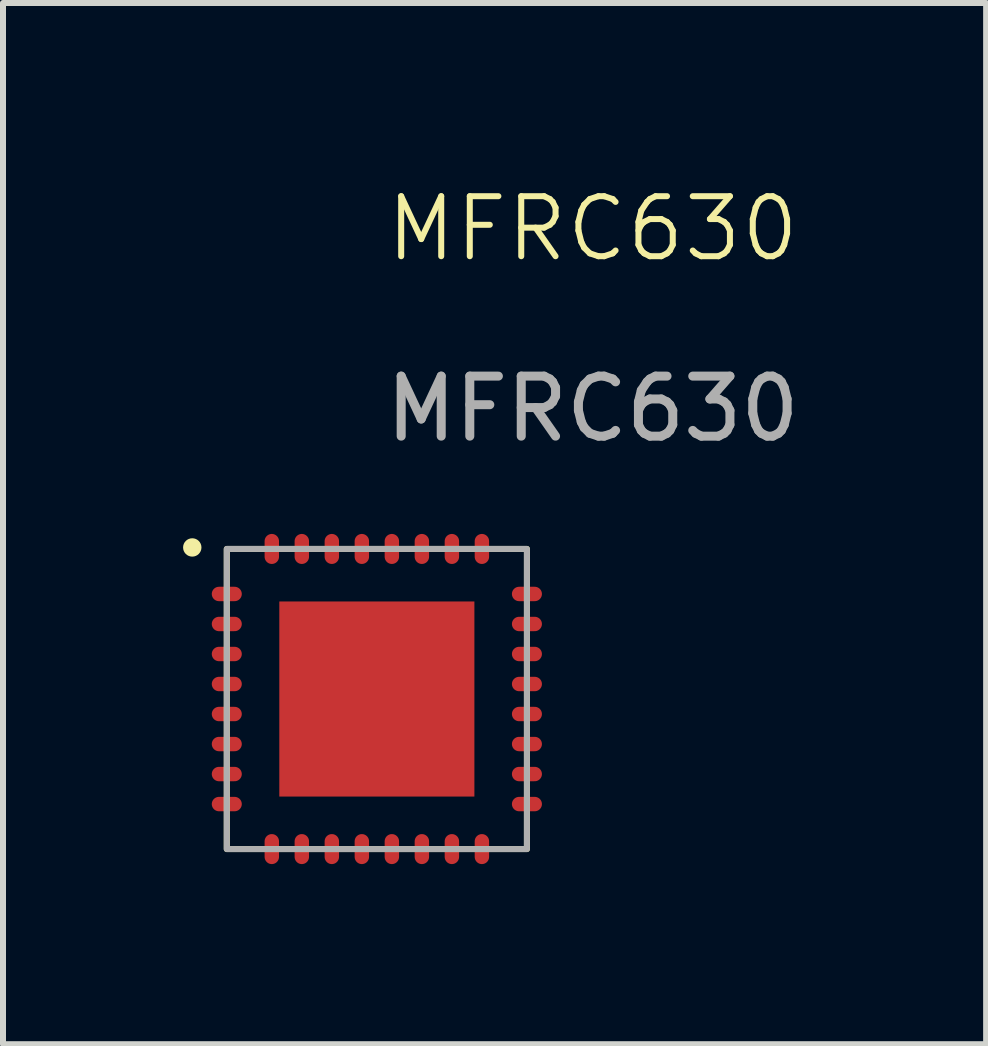
<source format=kicad_pcb>
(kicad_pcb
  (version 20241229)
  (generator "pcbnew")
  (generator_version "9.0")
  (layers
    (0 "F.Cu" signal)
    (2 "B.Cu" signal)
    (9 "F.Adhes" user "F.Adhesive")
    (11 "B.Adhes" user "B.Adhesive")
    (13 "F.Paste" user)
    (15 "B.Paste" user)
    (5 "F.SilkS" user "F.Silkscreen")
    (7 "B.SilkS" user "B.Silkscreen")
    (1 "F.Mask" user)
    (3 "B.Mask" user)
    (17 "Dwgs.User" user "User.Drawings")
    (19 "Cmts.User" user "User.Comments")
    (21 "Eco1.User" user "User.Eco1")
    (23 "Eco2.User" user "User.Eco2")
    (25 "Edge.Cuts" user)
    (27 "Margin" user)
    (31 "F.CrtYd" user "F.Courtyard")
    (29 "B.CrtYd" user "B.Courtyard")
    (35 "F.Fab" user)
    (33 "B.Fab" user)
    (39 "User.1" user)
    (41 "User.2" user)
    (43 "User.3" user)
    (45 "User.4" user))
  (footprint "MFRC630"
    (layer "F.Cu")
    (at 0.728 6.095)
    (property "Reference" "MFRC630" (at 6.096 -5.334 0) (unlocked yes) (layer "F.SilkS") (effects (font (size 1 1) (thickness 0.1))))
    (attr smd)
    (fp_rect (start 0 0) (end 5 5) (stroke (width 0.1) (type default)) (fill no) (layer "F.SilkS"))
    (fp_circle (center -0.575 -0.025) (end -0.472 -0.025) (stroke (width 0.1) (type solid)) (fill yes) (layer "F.SilkS"))
    (fp_rect (start 0 0) (end 5 5) (stroke (width 0.1) (type solid)) (fill no) (layer "F.Fab"))
    (fp_text user "${REFERENCE}" (at 6.096 -2.334 0) (unlocked yes) (layer "F.Fab") (effects (font (size 1 1) (thickness 0.15))))
    (pad "1" smd oval (at 0 0.75 90) (size 0.24 0.5) (layers "F.Cu" "F.Mask" "F.Paste"))
    (pad "2" smd oval (at 0 1.25 90) (size 0.24 0.5) (layers "F.Cu" "F.Mask" "F.Paste"))
    (pad "3" smd oval (at 0 1.75 90) (size 0.24 0.5) (layers "F.Cu" "F.Mask" "F.Paste"))
    (pad "4" smd oval (at 0 2.25 90) (size 0.24 0.5) (layers "F.Cu" "F.Mask" "F.Paste"))
    (pad "5" smd oval (at 0 2.75 90) (size 0.24 0.5) (layers "F.Cu" "F.Mask" "F.Paste"))
    (pad "6" smd oval (at 0 3.25 90) (size 0.24 0.5) (layers "F.Cu" "F.Mask" "F.Paste"))
    (pad "7" smd oval (at 0 3.75 90) (size 0.24 0.5) (layers "F.Cu" "F.Mask" "F.Paste"))
    (pad "8" smd oval (at 0 4.25 90) (size 0.24 0.5) (layers "F.Cu" "F.Mask" "F.Paste"))
    (pad "9" smd oval (at 0.75 5) (size 0.24 0.5) (layers "F.Cu" "F.Mask" "F.Paste"))
    (pad "10" smd oval (at 1.25 5) (size 0.24 0.5) (layers "F.Cu" "F.Mask" "F.Paste"))
    (pad "11" smd oval (at 1.75 5) (size 0.24 0.5) (layers "F.Cu" "F.Mask" "F.Paste"))
    (pad "12" smd oval (at 2.25 5) (size 0.24 0.5) (layers "F.Cu" "F.Mask" "F.Paste"))
    (pad "13" smd oval (at 2.75 5) (size 0.24 0.5) (layers "F.Cu" "F.Mask" "F.Paste"))
    (pad "14" smd oval (at 3.25 5) (size 0.24 0.5) (layers "F.Cu" "F.Mask" "F.Paste"))
    (pad "15" smd oval (at 3.75 5) (size 0.24 0.5) (layers "F.Cu" "F.Mask" "F.Paste"))
    (pad "16" smd oval (at 4.25 5) (size 0.24 0.5) (layers "F.Cu" "F.Mask" "F.Paste"))
    (pad "17" smd oval (at 5 4.25 90) (size 0.24 0.5) (layers "F.Cu" "F.Mask" "F.Paste"))
    (pad "18" smd oval (at 5 3.75 90) (size 0.24 0.5) (layers "F.Cu" "F.Mask" "F.Paste"))
    (pad "19" smd oval (at 5 3.25 90) (size 0.24 0.5) (layers "F.Cu" "F.Mask" "F.Paste"))
    (pad "20" smd oval (at 5 2.75 90) (size 0.24 0.5) (layers "F.Cu" "F.Mask" "F.Paste"))
    (pad "21" smd oval (at 5 2.25 90) (size 0.24 0.5) (layers "F.Cu" "F.Mask" "F.Paste"))
    (pad "22" smd oval (at 5 1.75 90) (size 0.24 0.5) (layers "F.Cu" "F.Mask" "F.Paste"))
    (pad "23" smd oval (at 5 1.25 90) (size 0.24 0.5) (layers "F.Cu" "F.Mask" "F.Paste"))
    (pad "24" smd oval (at 5 0.75 90) (size 0.24 0.5) (layers "F.Cu" "F.Mask" "F.Paste"))
    (pad "25" smd oval (at 4.25 0) (size 0.24 0.5) (layers "F.Cu" "F.Mask" "F.Paste"))
    (pad "26" smd oval (at 3.75 0) (size 0.24 0.5) (layers "F.Cu" "F.Mask" "F.Paste"))
    (pad "27" smd oval (at 3.25 0) (size 0.24 0.5) (layers "F.Cu" "F.Mask" "F.Paste"))
    (pad "28" smd oval (at 2.75 0) (size 0.24 0.5) (layers "F.Cu" "F.Mask" "F.Paste"))
    (pad "29" smd oval (at 2.25 0) (size 0.24 0.5) (layers "F.Cu" "F.Mask" "F.Paste"))
    (pad "30" smd oval (at 1.75 0) (size 0.24 0.5) (layers "F.Cu" "F.Mask" "F.Paste"))
    (pad "31" smd oval (at 1.25 0) (size 0.24 0.5) (layers "F.Cu" "F.Mask" "F.Paste"))
    (pad "32" smd oval (at 0.75 0) (size 0.24 0.5) (layers "F.Cu" "F.Mask" "F.Paste"))
    (pad "33" smd rect (at 2.5 2.5) (size 3.25 3.25) (layers "F.Cu" "F.Mask" "F.Paste")))
  (gr_rect
    (start -3 -3)
    (end 13.378 14.345)
    (stroke (width 0.1) (type default))
    (fill no)
    (layer "Edge.Cuts")))
</source>
